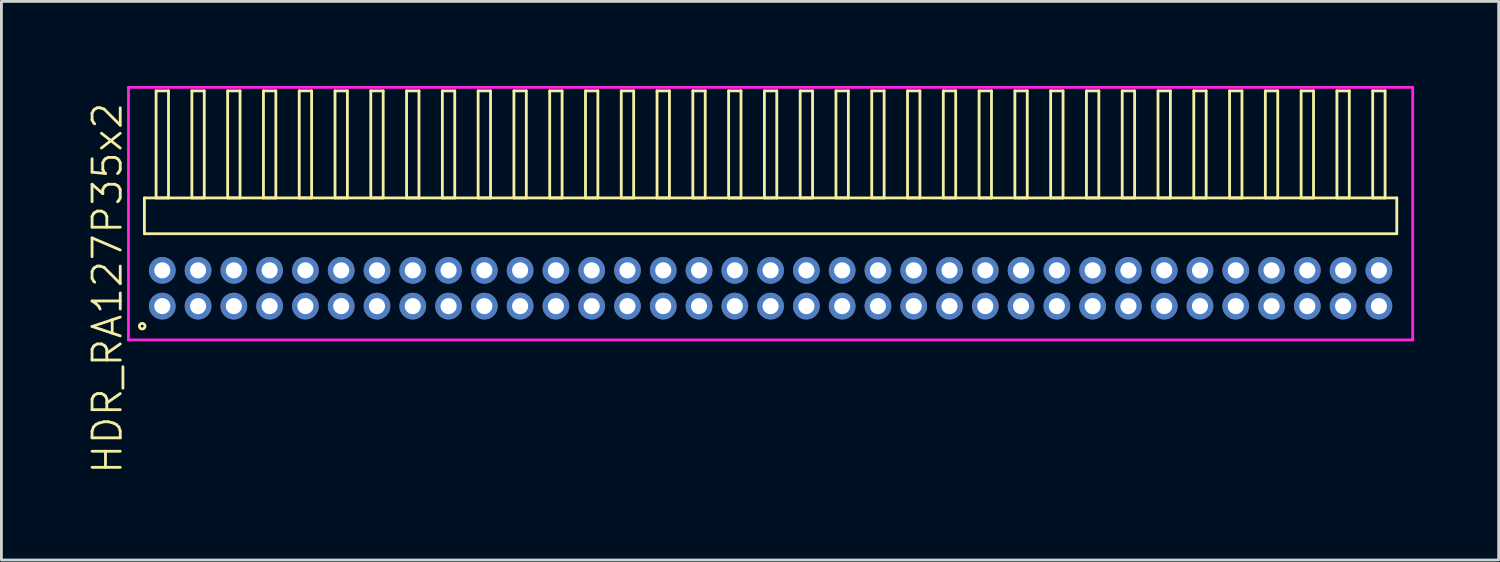
<source format=kicad_pcb>
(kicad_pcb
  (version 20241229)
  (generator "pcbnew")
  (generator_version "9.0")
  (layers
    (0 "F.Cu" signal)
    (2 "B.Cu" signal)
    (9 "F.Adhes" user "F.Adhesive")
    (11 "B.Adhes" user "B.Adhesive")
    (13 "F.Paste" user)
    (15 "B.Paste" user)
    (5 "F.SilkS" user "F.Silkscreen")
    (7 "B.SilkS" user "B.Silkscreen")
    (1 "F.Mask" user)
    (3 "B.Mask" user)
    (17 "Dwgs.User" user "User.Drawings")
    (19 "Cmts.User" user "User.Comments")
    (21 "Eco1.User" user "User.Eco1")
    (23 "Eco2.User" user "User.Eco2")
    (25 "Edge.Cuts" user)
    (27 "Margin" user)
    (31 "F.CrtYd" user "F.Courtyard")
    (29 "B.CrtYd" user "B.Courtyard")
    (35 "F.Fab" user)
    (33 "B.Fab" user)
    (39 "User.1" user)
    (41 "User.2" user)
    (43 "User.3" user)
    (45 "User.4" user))
  (footprint "HDR_RA127P35x2"
    (layer "F.Cu")
    (at 24.3 7.18)
    (property "Reference" "HDR_RA127P35x2" (at -23.54 0 90) (layer "F.SilkS") (effects (font (size 1 1) (thickness 0.1))))
    (attr through_hole)
    (fp_line (start -22.225 -3.205) (end -22.225 -1.935) (stroke (width 0.1) (type solid)) (layer "F.SilkS"))
    (fp_line (start -22.225 -1.935) (end 22.225 -1.935) (stroke (width 0.1) (type solid)) (layer "F.SilkS"))
    (fp_line (start -21.81 -7.005) (end -21.81 -3.205) (stroke (width 0.1) (type solid)) (layer "F.SilkS"))
    (fp_line (start -21.81 -3.205) (end -21.37 -3.205) (stroke (width 0.1) (type solid)) (layer "F.SilkS"))
    (fp_line (start -21.37 -7.005) (end -21.81 -7.005) (stroke (width 0.1) (type solid)) (layer "F.SilkS"))
    (fp_line (start -21.37 -3.205) (end -21.37 -7.005) (stroke (width 0.1) (type solid)) (layer "F.SilkS"))
    (fp_line (start -20.54 -7.005) (end -20.54 -3.205) (stroke (width 0.1) (type solid)) (layer "F.SilkS"))
    (fp_line (start -20.54 -3.205) (end -20.1 -3.205) (stroke (width 0.1) (type solid)) (layer "F.SilkS"))
    (fp_line (start -20.1 -7.005) (end -20.54 -7.005) (stroke (width 0.1) (type solid)) (layer "F.SilkS"))
    (fp_line (start -20.1 -3.205) (end -20.1 -7.005) (stroke (width 0.1) (type solid)) (layer "F.SilkS"))
    (fp_line (start -19.27 -7.005) (end -19.27 -3.205) (stroke (width 0.1) (type solid)) (layer "F.SilkS"))
    (fp_line (start -19.27 -3.205) (end -18.83 -3.205) (stroke (width 0.1) (type solid)) (layer "F.SilkS"))
    (fp_line (start -18.83 -7.005) (end -19.27 -7.005) (stroke (width 0.1) (type solid)) (layer "F.SilkS"))
    (fp_line (start -18.83 -3.205) (end -18.83 -7.005) (stroke (width 0.1) (type solid)) (layer "F.SilkS"))
    (fp_line (start -18 -7.005) (end -18 -3.205) (stroke (width 0.1) (type solid)) (layer "F.SilkS"))
    (fp_line (start -18 -3.205) (end -17.56 -3.205) (stroke (width 0.1) (type solid)) (layer "F.SilkS"))
    (fp_line (start -17.56 -7.005) (end -18 -7.005) (stroke (width 0.1) (type solid)) (layer "F.SilkS"))
    (fp_line (start -17.56 -3.205) (end -17.56 -7.005) (stroke (width 0.1) (type solid)) (layer "F.SilkS"))
    (fp_line (start -16.73 -7.005) (end -16.73 -3.205) (stroke (width 0.1) (type solid)) (layer "F.SilkS"))
    (fp_line (start -16.73 -3.205) (end -16.29 -3.205) (stroke (width 0.1) (type solid)) (layer "F.SilkS"))
    (fp_line (start -16.29 -7.005) (end -16.73 -7.005) (stroke (width 0.1) (type solid)) (layer "F.SilkS"))
    (fp_line (start -16.29 -3.205) (end -16.29 -7.005) (stroke (width 0.1) (type solid)) (layer "F.SilkS"))
    (fp_line (start -15.46 -7.005) (end -15.46 -3.205) (stroke (width 0.1) (type solid)) (layer "F.SilkS"))
    (fp_line (start -15.46 -3.205) (end -15.02 -3.205) (stroke (width 0.1) (type solid)) (layer "F.SilkS"))
    (fp_line (start -15.02 -7.005) (end -15.46 -7.005) (stroke (width 0.1) (type solid)) (layer "F.SilkS"))
    (fp_line (start -15.02 -3.205) (end -15.02 -7.005) (stroke (width 0.1) (type solid)) (layer "F.SilkS"))
    (fp_line (start -14.19 -7.005) (end -14.19 -3.205) (stroke (width 0.1) (type solid)) (layer "F.SilkS"))
    (fp_line (start -14.19 -3.205) (end -13.75 -3.205) (stroke (width 0.1) (type solid)) (layer "F.SilkS"))
    (fp_line (start -13.75 -7.005) (end -14.19 -7.005) (stroke (width 0.1) (type solid)) (layer "F.SilkS"))
    (fp_line (start -13.75 -3.205) (end -13.75 -7.005) (stroke (width 0.1) (type solid)) (layer "F.SilkS"))
    (fp_line (start -12.92 -7.005) (end -12.92 -3.205) (stroke (width 0.1) (type solid)) (layer "F.SilkS"))
    (fp_line (start -12.92 -3.205) (end -12.48 -3.205) (stroke (width 0.1) (type solid)) (layer "F.SilkS"))
    (fp_line (start -12.48 -7.005) (end -12.92 -7.005) (stroke (width 0.1) (type solid)) (layer "F.SilkS"))
    (fp_line (start -12.48 -3.205) (end -12.48 -7.005) (stroke (width 0.1) (type solid)) (layer "F.SilkS"))
    (fp_line (start -11.65 -7.005) (end -11.65 -3.205) (stroke (width 0.1) (type solid)) (layer "F.SilkS"))
    (fp_line (start -11.65 -3.205) (end -11.21 -3.205) (stroke (width 0.1) (type solid)) (layer "F.SilkS"))
    (fp_line (start -11.21 -7.005) (end -11.65 -7.005) (stroke (width 0.1) (type solid)) (layer "F.SilkS"))
    (fp_line (start -11.21 -3.205) (end -11.21 -7.005) (stroke (width 0.1) (type solid)) (layer "F.SilkS"))
    (fp_line (start -10.38 -7.005) (end -10.38 -3.205) (stroke (width 0.1) (type solid)) (layer "F.SilkS"))
    (fp_line (start -10.38 -3.205) (end -9.94 -3.205) (stroke (width 0.1) (type solid)) (layer "F.SilkS"))
    (fp_line (start -9.94 -7.005) (end -10.38 -7.005) (stroke (width 0.1) (type solid)) (layer "F.SilkS"))
    (fp_line (start -9.94 -3.205) (end -9.94 -7.005) (stroke (width 0.1) (type solid)) (layer "F.SilkS"))
    (fp_line (start -9.11 -7.005) (end -9.11 -3.205) (stroke (width 0.1) (type solid)) (layer "F.SilkS"))
    (fp_line (start -9.11 -3.205) (end -8.67 -3.205) (stroke (width 0.1) (type solid)) (layer "F.SilkS"))
    (fp_line (start -8.67 -7.005) (end -9.11 -7.005) (stroke (width 0.1) (type solid)) (layer "F.SilkS"))
    (fp_line (start -8.67 -3.205) (end -8.67 -7.005) (stroke (width 0.1) (type solid)) (layer "F.SilkS"))
    (fp_line (start -7.84 -7.005) (end -7.84 -3.205) (stroke (width 0.1) (type solid)) (layer "F.SilkS"))
    (fp_line (start -7.84 -3.205) (end -7.4 -3.205) (stroke (width 0.1) (type solid)) (layer "F.SilkS"))
    (fp_line (start -7.4 -7.005) (end -7.84 -7.005) (stroke (width 0.1) (type solid)) (layer "F.SilkS"))
    (fp_line (start -7.4 -3.205) (end -7.4 -7.005) (stroke (width 0.1) (type solid)) (layer "F.SilkS"))
    (fp_line (start -6.57 -7.005) (end -6.57 -3.205) (stroke (width 0.1) (type solid)) (layer "F.SilkS"))
    (fp_line (start -6.57 -3.205) (end -6.13 -3.205) (stroke (width 0.1) (type solid)) (layer "F.SilkS"))
    (fp_line (start -6.13 -7.005) (end -6.57 -7.005) (stroke (width 0.1) (type solid)) (layer "F.SilkS"))
    (fp_line (start -6.13 -3.205) (end -6.13 -7.005) (stroke (width 0.1) (type solid)) (layer "F.SilkS"))
    (fp_line (start -5.3 -7.005) (end -5.3 -3.205) (stroke (width 0.1) (type solid)) (layer "F.SilkS"))
    (fp_line (start -5.3 -3.205) (end -4.86 -3.205) (stroke (width 0.1) (type solid)) (layer "F.SilkS"))
    (fp_line (start -4.86 -7.005) (end -5.3 -7.005) (stroke (width 0.1) (type solid)) (layer "F.SilkS"))
    (fp_line (start -4.86 -3.205) (end -4.86 -7.005) (stroke (width 0.1) (type solid)) (layer "F.SilkS"))
    (fp_line (start -4.03 -7.005) (end -4.03 -3.205) (stroke (width 0.1) (type solid)) (layer "F.SilkS"))
    (fp_line (start -4.03 -3.205) (end -3.59 -3.205) (stroke (width 0.1) (type solid)) (layer "F.SilkS"))
    (fp_line (start -3.59 -7.005) (end -4.03 -7.005) (stroke (width 0.1) (type solid)) (layer "F.SilkS"))
    (fp_line (start -3.59 -3.205) (end -3.59 -7.005) (stroke (width 0.1) (type solid)) (layer "F.SilkS"))
    (fp_line (start -2.76 -7.005) (end -2.76 -3.205) (stroke (width 0.1) (type solid)) (layer "F.SilkS"))
    (fp_line (start -2.76 -3.205) (end -2.32 -3.205) (stroke (width 0.1) (type solid)) (layer "F.SilkS"))
    (fp_line (start -2.32 -7.005) (end -2.76 -7.005) (stroke (width 0.1) (type solid)) (layer "F.SilkS"))
    (fp_line (start -2.32 -3.205) (end -2.32 -7.005) (stroke (width 0.1) (type solid)) (layer "F.SilkS"))
    (fp_line (start -1.49 -7.005) (end -1.49 -3.205) (stroke (width 0.1) (type solid)) (layer "F.SilkS"))
    (fp_line (start -1.49 -3.205) (end -1.05 -3.205) (stroke (width 0.1) (type solid)) (layer "F.SilkS"))
    (fp_line (start -1.05 -7.005) (end -1.49 -7.005) (stroke (width 0.1) (type solid)) (layer "F.SilkS"))
    (fp_line (start -1.05 -3.205) (end -1.05 -7.005) (stroke (width 0.1) (type solid)) (layer "F.SilkS"))
    (fp_line (start -0.22 -7.005) (end -0.22 -3.205) (stroke (width 0.1) (type solid)) (layer "F.SilkS"))
    (fp_line (start -0.22 -3.205) (end 0.22 -3.205) (stroke (width 0.1) (type solid)) (layer "F.SilkS"))
    (fp_line (start 0.22 -7.005) (end -0.22 -7.005) (stroke (width 0.1) (type solid)) (layer "F.SilkS"))
    (fp_line (start 0.22 -3.205) (end 0.22 -7.005) (stroke (width 0.1) (type solid)) (layer "F.SilkS"))
    (fp_line (start 1.05 -7.005) (end 1.05 -3.205) (stroke (width 0.1) (type solid)) (layer "F.SilkS"))
    (fp_line (start 1.05 -3.205) (end 1.49 -3.205) (stroke (width 0.1) (type solid)) (layer "F.SilkS"))
    (fp_line (start 1.49 -7.005) (end 1.05 -7.005) (stroke (width 0.1) (type solid)) (layer "F.SilkS"))
    (fp_line (start 1.49 -3.205) (end 1.49 -7.005) (stroke (width 0.1) (type solid)) (layer "F.SilkS"))
    (fp_line (start 2.32 -7.005) (end 2.32 -3.205) (stroke (width 0.1) (type solid)) (layer "F.SilkS"))
    (fp_line (start 2.32 -3.205) (end 2.76 -3.205) (stroke (width 0.1) (type solid)) (layer "F.SilkS"))
    (fp_line (start 2.76 -7.005) (end 2.32 -7.005) (stroke (width 0.1) (type solid)) (layer "F.SilkS"))
    (fp_line (start 2.76 -3.205) (end 2.76 -7.005) (stroke (width 0.1) (type solid)) (layer "F.SilkS"))
    (fp_line (start 3.59 -7.005) (end 3.59 -3.205) (stroke (width 0.1) (type solid)) (layer "F.SilkS"))
    (fp_line (start 3.59 -3.205) (end 4.03 -3.205) (stroke (width 0.1) (type solid)) (layer "F.SilkS"))
    (fp_line (start 4.03 -7.005) (end 3.59 -7.005) (stroke (width 0.1) (type solid)) (layer "F.SilkS"))
    (fp_line (start 4.03 -3.205) (end 4.03 -7.005) (stroke (width 0.1) (type solid)) (layer "F.SilkS"))
    (fp_line (start 4.86 -7.005) (end 4.86 -3.205) (stroke (width 0.1) (type solid)) (layer "F.SilkS"))
    (fp_line (start 4.86 -3.205) (end 5.3 -3.205) (stroke (width 0.1) (type solid)) (layer "F.SilkS"))
    (fp_line (start 5.3 -7.005) (end 4.86 -7.005) (stroke (width 0.1) (type solid)) (layer "F.SilkS"))
    (fp_line (start 5.3 -3.205) (end 5.3 -7.005) (stroke (width 0.1) (type solid)) (layer "F.SilkS"))
    (fp_line (start 6.13 -7.005) (end 6.13 -3.205) (stroke (width 0.1) (type solid)) (layer "F.SilkS"))
    (fp_line (start 6.13 -3.205) (end 6.57 -3.205) (stroke (width 0.1) (type solid)) (layer "F.SilkS"))
    (fp_line (start 6.57 -7.005) (end 6.13 -7.005) (stroke (width 0.1) (type solid)) (layer "F.SilkS"))
    (fp_line (start 6.57 -3.205) (end 6.57 -7.005) (stroke (width 0.1) (type solid)) (layer "F.SilkS"))
    (fp_line (start 7.4 -7.005) (end 7.4 -3.205) (stroke (width 0.1) (type solid)) (layer "F.SilkS"))
    (fp_line (start 7.4 -3.205) (end 7.84 -3.205) (stroke (width 0.1) (type solid)) (layer "F.SilkS"))
    (fp_line (start 7.84 -7.005) (end 7.4 -7.005) (stroke (width 0.1) (type solid)) (layer "F.SilkS"))
    (fp_line (start 7.84 -3.205) (end 7.84 -7.005) (stroke (width 0.1) (type solid)) (layer "F.SilkS"))
    (fp_line (start 8.67 -7.005) (end 8.67 -3.205) (stroke (width 0.1) (type solid)) (layer "F.SilkS"))
    (fp_line (start 8.67 -3.205) (end 9.11 -3.205) (stroke (width 0.1) (type solid)) (layer "F.SilkS"))
    (fp_line (start 9.11 -7.005) (end 8.67 -7.005) (stroke (width 0.1) (type solid)) (layer "F.SilkS"))
    (fp_line (start 9.11 -3.205) (end 9.11 -7.005) (stroke (width 0.1) (type solid)) (layer "F.SilkS"))
    (fp_line (start 9.94 -7.005) (end 9.94 -3.205) (stroke (width 0.1) (type solid)) (layer "F.SilkS"))
    (fp_line (start 9.94 -3.205) (end 10.38 -3.205) (stroke (width 0.1) (type solid)) (layer "F.SilkS"))
    (fp_line (start 10.38 -7.005) (end 9.94 -7.005) (stroke (width 0.1) (type solid)) (layer "F.SilkS"))
    (fp_line (start 10.38 -3.205) (end 10.38 -7.005) (stroke (width 0.1) (type solid)) (layer "F.SilkS"))
    (fp_line (start 11.21 -7.005) (end 11.21 -3.205) (stroke (width 0.1) (type solid)) (layer "F.SilkS"))
    (fp_line (start 11.21 -3.205) (end 11.65 -3.205) (stroke (width 0.1) (type solid)) (layer "F.SilkS"))
    (fp_line (start 11.65 -7.005) (end 11.21 -7.005) (stroke (width 0.1) (type solid)) (layer "F.SilkS"))
    (fp_line (start 11.65 -3.205) (end 11.65 -7.005) (stroke (width 0.1) (type solid)) (layer "F.SilkS"))
    (fp_line (start 12.48 -7.005) (end 12.48 -3.205) (stroke (width 0.1) (type solid)) (layer "F.SilkS"))
    (fp_line (start 12.48 -3.205) (end 12.92 -3.205) (stroke (width 0.1) (type solid)) (layer "F.SilkS"))
    (fp_line (start 12.92 -7.005) (end 12.48 -7.005) (stroke (width 0.1) (type solid)) (layer "F.SilkS"))
    (fp_line (start 12.92 -3.205) (end 12.92 -7.005) (stroke (width 0.1) (type solid)) (layer "F.SilkS"))
    (fp_line (start 13.75 -7.005) (end 13.75 -3.205) (stroke (width 0.1) (type solid)) (layer "F.SilkS"))
    (fp_line (start 13.75 -3.205) (end 14.19 -3.205) (stroke (width 0.1) (type solid)) (layer "F.SilkS"))
    (fp_line (start 14.19 -7.005) (end 13.75 -7.005) (stroke (width 0.1) (type solid)) (layer "F.SilkS"))
    (fp_line (start 14.19 -3.205) (end 14.19 -7.005) (stroke (width 0.1) (type solid)) (layer "F.SilkS"))
    (fp_line (start 15.02 -7.005) (end 15.02 -3.205) (stroke (width 0.1) (type solid)) (layer "F.SilkS"))
    (fp_line (start 15.02 -3.205) (end 15.46 -3.205) (stroke (width 0.1) (type solid)) (layer "F.SilkS"))
    (fp_line (start 15.46 -7.005) (end 15.02 -7.005) (stroke (width 0.1) (type solid)) (layer "F.SilkS"))
    (fp_line (start 15.46 -3.205) (end 15.46 -7.005) (stroke (width 0.1) (type solid)) (layer "F.SilkS"))
    (fp_line (start 16.29 -7.005) (end 16.29 -3.205) (stroke (width 0.1) (type solid)) (layer "F.SilkS"))
    (fp_line (start 16.29 -3.205) (end 16.73 -3.205) (stroke (width 0.1) (type solid)) (layer "F.SilkS"))
    (fp_line (start 16.73 -7.005) (end 16.29 -7.005) (stroke (width 0.1) (type solid)) (layer "F.SilkS"))
    (fp_line (start 16.73 -3.205) (end 16.73 -7.005) (stroke (width 0.1) (type solid)) (layer "F.SilkS"))
    (fp_line (start 17.56 -7.005) (end 17.56 -3.205) (stroke (width 0.1) (type solid)) (layer "F.SilkS"))
    (fp_line (start 17.56 -3.205) (end 18 -3.205) (stroke (width 0.1) (type solid)) (layer "F.SilkS"))
    (fp_line (start 18 -7.005) (end 17.56 -7.005) (stroke (width 0.1) (type solid)) (layer "F.SilkS"))
    (fp_line (start 18 -3.205) (end 18 -7.005) (stroke (width 0.1) (type solid)) (layer "F.SilkS"))
    (fp_line (start 18.83 -7.005) (end 18.83 -3.205) (stroke (width 0.1) (type solid)) (layer "F.SilkS"))
    (fp_line (start 18.83 -3.205) (end 19.27 -3.205) (stroke (width 0.1) (type solid)) (layer "F.SilkS"))
    (fp_line (start 19.27 -7.005) (end 18.83 -7.005) (stroke (width 0.1) (type solid)) (layer "F.SilkS"))
    (fp_line (start 19.27 -3.205) (end 19.27 -7.005) (stroke (width 0.1) (type solid)) (layer "F.SilkS"))
    (fp_line (start 20.1 -7.005) (end 20.1 -3.205) (stroke (width 0.1) (type solid)) (layer "F.SilkS"))
    (fp_line (start 20.1 -3.205) (end 20.54 -3.205) (stroke (width 0.1) (type solid)) (layer "F.SilkS"))
    (fp_line (start 20.54 -7.005) (end 20.1 -7.005) (stroke (width 0.1) (type solid)) (layer "F.SilkS"))
    (fp_line (start 20.54 -3.205) (end 20.54 -7.005) (stroke (width 0.1) (type solid)) (layer "F.SilkS"))
    (fp_line (start 21.37 -7.005) (end 21.37 -3.205) (stroke (width 0.1) (type solid)) (layer "F.SilkS"))
    (fp_line (start 21.37 -3.205) (end 21.81 -3.205) (stroke (width 0.1) (type solid)) (layer "F.SilkS"))
    (fp_line (start 21.81 -7.005) (end 21.37 -7.005) (stroke (width 0.1) (type solid)) (layer "F.SilkS"))
    (fp_line (start 21.81 -3.205) (end 21.81 -7.005) (stroke (width 0.1) (type solid)) (layer "F.SilkS"))
    (fp_line (start 22.225 -3.205) (end -22.225 -3.205) (stroke (width 0.1) (type solid)) (layer "F.SilkS"))
    (fp_line (start 22.225 -1.935) (end 22.225 -3.205) (stroke (width 0.1) (type solid)) (layer "F.SilkS"))
    (fp_circle (center -22.303 1.347) (end -22.203 1.347) (stroke (width 0.1) (type solid)) (fill no) (layer "F.SilkS"))
    (fp_line (start -22.79 -7.13) (end -22.79 1.835) (stroke (width 0.1) (type solid)) (layer "F.CrtYd"))
    (fp_line (start -22.79 1.835) (end 22.79 1.835) (stroke (width 0.1) (type solid)) (layer "F.CrtYd"))
    (fp_line (start 22.79 -7.13) (end -22.79 -7.13) (stroke (width 0.1) (type solid)) (layer "F.CrtYd"))
    (fp_line (start 22.79 1.835) (end 22.79 -7.13) (stroke (width 0.1) (type solid)) (layer "F.CrtYd"))
    (pad "1" thru_hole oval (at -21.59 0.635) (size 0.95 0.95) (drill 0.57) (layers "*.Cu" "*.Mask"))
    (pad "2" thru_hole oval (at -21.59 -0.635) (size 0.95 0.95) (drill 0.57) (layers "*.Cu" "*.Mask"))
    (pad "3" thru_hole oval (at -20.32 0.635) (size 0.95 0.95) (drill 0.57) (layers "*.Cu" "*.Mask"))
    (pad "4" thru_hole oval (at -20.32 -0.635) (size 0.95 0.95) (drill 0.57) (layers "*.Cu" "*.Mask"))
    (pad "5" thru_hole oval (at -19.05 0.635) (size 0.95 0.95) (drill 0.57) (layers "*.Cu" "*.Mask"))
    (pad "6" thru_hole oval (at -19.05 -0.635) (size 0.95 0.95) (drill 0.57) (layers "*.Cu" "*.Mask"))
    (pad "7" thru_hole oval (at -17.78 0.635) (size 0.95 0.95) (drill 0.57) (layers "*.Cu" "*.Mask"))
    (pad "8" thru_hole oval (at -17.78 -0.635) (size 0.95 0.95) (drill 0.57) (layers "*.Cu" "*.Mask"))
    (pad "9" thru_hole oval (at -16.51 0.635) (size 0.95 0.95) (drill 0.57) (layers "*.Cu" "*.Mask"))
    (pad "10" thru_hole oval (at -16.51 -0.635) (size 0.95 0.95) (drill 0.57) (layers "*.Cu" "*.Mask"))
    (pad "11" thru_hole oval (at -15.24 0.635) (size 0.95 0.95) (drill 0.57) (layers "*.Cu" "*.Mask"))
    (pad "12" thru_hole oval (at -15.24 -0.635) (size 0.95 0.95) (drill 0.57) (layers "*.Cu" "*.Mask"))
    (pad "13" thru_hole oval (at -13.97 0.635) (size 0.95 0.95) (drill 0.57) (layers "*.Cu" "*.Mask"))
    (pad "14" thru_hole oval (at -13.97 -0.635) (size 0.95 0.95) (drill 0.57) (layers "*.Cu" "*.Mask"))
    (pad "15" thru_hole oval (at -12.7 0.635) (size 0.95 0.95) (drill 0.57) (layers "*.Cu" "*.Mask"))
    (pad "16" thru_hole oval (at -12.7 -0.635) (size 0.95 0.95) (drill 0.57) (layers "*.Cu" "*.Mask"))
    (pad "17" thru_hole oval (at -11.43 0.635) (size 0.95 0.95) (drill 0.57) (layers "*.Cu" "*.Mask"))
    (pad "18" thru_hole oval (at -11.43 -0.635) (size 0.95 0.95) (drill 0.57) (layers "*.Cu" "*.Mask"))
    (pad "19" thru_hole oval (at -10.16 0.635) (size 0.95 0.95) (drill 0.57) (layers "*.Cu" "*.Mask"))
    (pad "20" thru_hole oval (at -10.16 -0.635) (size 0.95 0.95) (drill 0.57) (layers "*.Cu" "*.Mask"))
    (pad "21" thru_hole oval (at -8.89 0.635) (size 0.95 0.95) (drill 0.57) (layers "*.Cu" "*.Mask"))
    (pad "22" thru_hole oval (at -8.89 -0.635) (size 0.95 0.95) (drill 0.57) (layers "*.Cu" "*.Mask"))
    (pad "23" thru_hole oval (at -7.62 0.635) (size 0.95 0.95) (drill 0.57) (layers "*.Cu" "*.Mask"))
    (pad "24" thru_hole oval (at -7.62 -0.635) (size 0.95 0.95) (drill 0.57) (layers "*.Cu" "*.Mask"))
    (pad "25" thru_hole oval (at -6.35 0.635) (size 0.95 0.95) (drill 0.57) (layers "*.Cu" "*.Mask"))
    (pad "26" thru_hole oval (at -6.35 -0.635) (size 0.95 0.95) (drill 0.57) (layers "*.Cu" "*.Mask"))
    (pad "27" thru_hole oval (at -5.08 0.635) (size 0.95 0.95) (drill 0.57) (layers "*.Cu" "*.Mask"))
    (pad "28" thru_hole oval (at -5.08 -0.635) (size 0.95 0.95) (drill 0.57) (layers "*.Cu" "*.Mask"))
    (pad "29" thru_hole oval (at -3.81 0.635) (size 0.95 0.95) (drill 0.57) (layers "*.Cu" "*.Mask"))
    (pad "30" thru_hole oval (at -3.81 -0.635) (size 0.95 0.95) (drill 0.57) (layers "*.Cu" "*.Mask"))
    (pad "31" thru_hole oval (at -2.54 0.635) (size 0.95 0.95) (drill 0.57) (layers "*.Cu" "*.Mask"))
    (pad "32" thru_hole oval (at -2.54 -0.635) (size 0.95 0.95) (drill 0.57) (layers "*.Cu" "*.Mask"))
    (pad "33" thru_hole oval (at -1.27 0.635) (size 0.95 0.95) (drill 0.57) (layers "*.Cu" "*.Mask"))
    (pad "34" thru_hole oval (at -1.27 -0.635) (size 0.95 0.95) (drill 0.57) (layers "*.Cu" "*.Mask"))
    (pad "35" thru_hole oval (at 0 0.635) (size 0.95 0.95) (drill 0.57) (layers "*.Cu" "*.Mask"))
    (pad "36" thru_hole oval (at 0 -0.635) (size 0.95 0.95) (drill 0.57) (layers "*.Cu" "*.Mask"))
    (pad "37" thru_hole oval (at 1.27 0.635) (size 0.95 0.95) (drill 0.57) (layers "*.Cu" "*.Mask"))
    (pad "38" thru_hole oval (at 1.27 -0.635) (size 0.95 0.95) (drill 0.57) (layers "*.Cu" "*.Mask"))
    (pad "39" thru_hole oval (at 2.54 0.635) (size 0.95 0.95) (drill 0.57) (layers "*.Cu" "*.Mask"))
    (pad "40" thru_hole oval (at 2.54 -0.635) (size 0.95 0.95) (drill 0.57) (layers "*.Cu" "*.Mask"))
    (pad "41" thru_hole oval (at 3.81 0.635) (size 0.95 0.95) (drill 0.57) (layers "*.Cu" "*.Mask"))
    (pad "42" thru_hole oval (at 3.81 -0.635) (size 0.95 0.95) (drill 0.57) (layers "*.Cu" "*.Mask"))
    (pad "43" thru_hole oval (at 5.08 0.635) (size 0.95 0.95) (drill 0.57) (layers "*.Cu" "*.Mask"))
    (pad "44" thru_hole oval (at 5.08 -0.635) (size 0.95 0.95) (drill 0.57) (layers "*.Cu" "*.Mask"))
    (pad "45" thru_hole oval (at 6.35 0.635) (size 0.95 0.95) (drill 0.57) (layers "*.Cu" "*.Mask"))
    (pad "46" thru_hole oval (at 6.35 -0.635) (size 0.95 0.95) (drill 0.57) (layers "*.Cu" "*.Mask"))
    (pad "47" thru_hole oval (at 7.62 0.635) (size 0.95 0.95) (drill 0.57) (layers "*.Cu" "*.Mask"))
    (pad "48" thru_hole oval (at 7.62 -0.635) (size 0.95 0.95) (drill 0.57) (layers "*.Cu" "*.Mask"))
    (pad "49" thru_hole oval (at 8.89 0.635) (size 0.95 0.95) (drill 0.57) (layers "*.Cu" "*.Mask"))
    (pad "50" thru_hole oval (at 8.89 -0.635) (size 0.95 0.95) (drill 0.57) (layers "*.Cu" "*.Mask"))
    (pad "51" thru_hole oval (at 10.16 0.635) (size 0.95 0.95) (drill 0.57) (layers "*.Cu" "*.Mask"))
    (pad "52" thru_hole oval (at 10.16 -0.635) (size 0.95 0.95) (drill 0.57) (layers "*.Cu" "*.Mask"))
    (pad "53" thru_hole oval (at 11.43 0.635) (size 0.95 0.95) (drill 0.57) (layers "*.Cu" "*.Mask"))
    (pad "54" thru_hole oval (at 11.43 -0.635) (size 0.95 0.95) (drill 0.57) (layers "*.Cu" "*.Mask"))
    (pad "55" thru_hole oval (at 12.7 0.635) (size 0.95 0.95) (drill 0.57) (layers "*.Cu" "*.Mask"))
    (pad "56" thru_hole oval (at 12.7 -0.635) (size 0.95 0.95) (drill 0.57) (layers "*.Cu" "*.Mask"))
    (pad "57" thru_hole oval (at 13.97 0.635) (size 0.95 0.95) (drill 0.57) (layers "*.Cu" "*.Mask"))
    (pad "58" thru_hole oval (at 13.97 -0.635) (size 0.95 0.95) (drill 0.57) (layers "*.Cu" "*.Mask"))
    (pad "59" thru_hole oval (at 15.24 0.635) (size 0.95 0.95) (drill 0.57) (layers "*.Cu" "*.Mask"))
    (pad "60" thru_hole oval (at 15.24 -0.635) (size 0.95 0.95) (drill 0.57) (layers "*.Cu" "*.Mask"))
    (pad "61" thru_hole oval (at 16.51 0.635) (size 0.95 0.95) (drill 0.57) (layers "*.Cu" "*.Mask"))
    (pad "62" thru_hole oval (at 16.51 -0.635) (size 0.95 0.95) (drill 0.57) (layers "*.Cu" "*.Mask"))
    (pad "63" thru_hole oval (at 17.78 0.635) (size 0.95 0.95) (drill 0.57) (layers "*.Cu" "*.Mask"))
    (pad "64" thru_hole oval (at 17.78 -0.635) (size 0.95 0.95) (drill 0.57) (layers "*.Cu" "*.Mask"))
    (pad "65" thru_hole oval (at 19.05 0.635) (size 0.95 0.95) (drill 0.57) (layers "*.Cu" "*.Mask"))
    (pad "66" thru_hole oval (at 19.05 -0.635) (size 0.95 0.95) (drill 0.57) (layers "*.Cu" "*.Mask"))
    (pad "67" thru_hole oval (at 20.32 0.635) (size 0.95 0.95) (drill 0.57) (layers "*.Cu" "*.Mask"))
    (pad "68" thru_hole oval (at 20.32 -0.635) (size 0.95 0.95) (drill 0.57) (layers "*.Cu" "*.Mask"))
    (pad "69" thru_hole oval (at 21.59 0.635) (size 0.95 0.95) (drill 0.57) (layers "*.Cu" "*.Mask"))
    (pad "70" thru_hole oval (at 21.59 -0.635) (size 0.95 0.95) (drill 0.57) (layers "*.Cu" "*.Mask")))
  (gr_rect
    (start -3 -3)
    (end 50.141 16.825)
    (stroke (width 0.1) (type default))
    (fill no)
    (layer "Edge.Cuts")))
</source>
